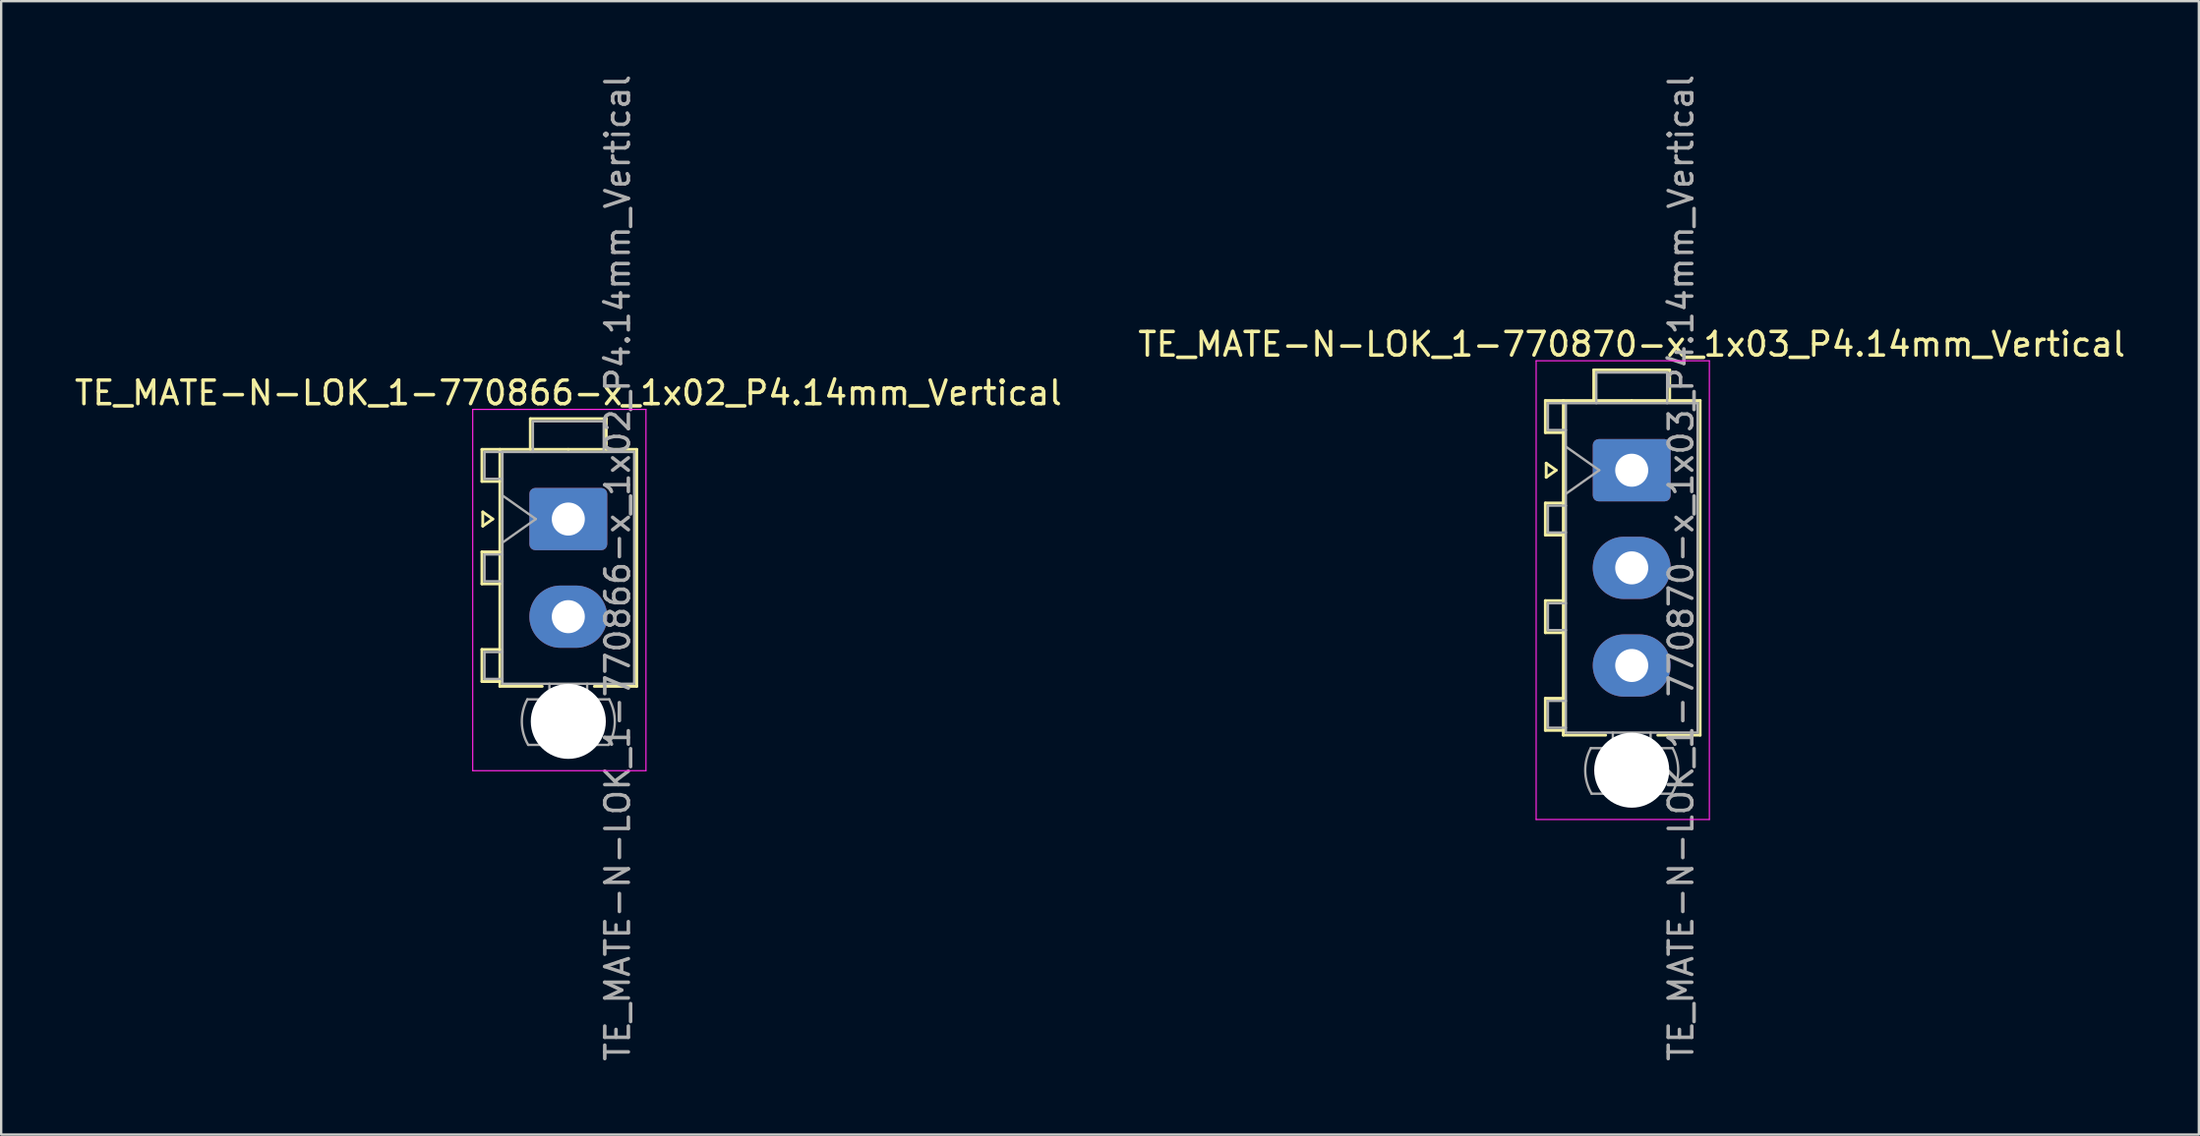
<source format=kicad_pcb>
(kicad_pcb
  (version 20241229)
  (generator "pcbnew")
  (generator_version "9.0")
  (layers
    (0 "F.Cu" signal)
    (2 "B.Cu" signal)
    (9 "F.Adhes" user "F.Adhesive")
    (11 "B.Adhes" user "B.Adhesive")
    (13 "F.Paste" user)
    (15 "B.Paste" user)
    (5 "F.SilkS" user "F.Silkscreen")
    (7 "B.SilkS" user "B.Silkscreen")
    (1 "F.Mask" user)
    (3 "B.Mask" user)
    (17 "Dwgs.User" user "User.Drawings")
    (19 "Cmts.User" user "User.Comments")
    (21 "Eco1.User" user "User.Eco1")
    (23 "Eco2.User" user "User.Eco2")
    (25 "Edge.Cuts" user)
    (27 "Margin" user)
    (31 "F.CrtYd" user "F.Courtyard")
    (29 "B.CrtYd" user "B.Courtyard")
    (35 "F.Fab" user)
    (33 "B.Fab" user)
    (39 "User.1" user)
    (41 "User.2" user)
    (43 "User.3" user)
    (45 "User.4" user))
  (footprint "TE_MATE-N-LOK_1-770866-x_1x02_P4.14mm_Vertical"
    (layer "F.Cu")
    (at 21.03 18.96)
    (property "Reference" "TE_MATE-N-LOK_1-770866-x_1x02_P4.14mm_Vertical" (at 0 -5.35 0) (layer "F.SilkS") (effects (font (size 1 1) (thickness 0.15))))
    (attr through_hole)
    (fp_line (start -3.66 -2.955) (end -3.66 -1.595) (stroke (width 0.12) (type solid)) (layer "F.SilkS"))
    (fp_line (start -3.66 -1.595) (end -2.9 -1.595) (stroke (width 0.12) (type solid)) (layer "F.SilkS"))
    (fp_line (start -3.66 1.39) (end -3.66 2.75) (stroke (width 0.12) (type solid)) (layer "F.SilkS"))
    (fp_line (start -3.66 2.75) (end -2.9 2.75) (stroke (width 0.12) (type solid)) (layer "F.SilkS"))
    (fp_line (start -3.66 5.53) (end -3.66 6.89) (stroke (width 0.12) (type solid)) (layer "F.SilkS"))
    (fp_line (start -3.66 6.89) (end -2.9 6.89) (stroke (width 0.12) (type solid)) (layer "F.SilkS"))
    (fp_line (start -3.624 -0.3) (end -3.2 0) (stroke (width 0.12) (type solid)) (layer "F.SilkS"))
    (fp_line (start -3.624 0.3) (end -3.624 -0.3) (stroke (width 0.12) (type solid)) (layer "F.SilkS"))
    (fp_line (start -3.2 0) (end -3.624 0.3) (stroke (width 0.12) (type solid)) (layer "F.SilkS"))
    (fp_line (start -2.9 -2.955) (end -3.66 -2.955) (stroke (width 0.12) (type solid)) (layer "F.SilkS"))
    (fp_line (start -2.9 -2.955) (end -2.9 7.095) (stroke (width 0.12) (type solid)) (layer "F.SilkS"))
    (fp_line (start -2.9 1.39) (end -3.66 1.39) (stroke (width 0.12) (type solid)) (layer "F.SilkS"))
    (fp_line (start -2.9 5.53) (end -3.66 5.53) (stroke (width 0.12) (type solid)) (layer "F.SilkS"))
    (fp_line (start -2.9 7.095) (end -1.103 7.095) (stroke (width 0.12) (type solid)) (layer "F.SilkS"))
    (fp_line (start -1.61 -4.255) (end 1.61 -4.255) (stroke (width 0.12) (type solid)) (layer "F.SilkS"))
    (fp_line (start -1.61 -2.955) (end -1.61 -4.255) (stroke (width 0.12) (type solid)) (layer "F.SilkS"))
    (fp_line (start 0 -2.955) (end -2.9 -2.955) (stroke (width 0.12) (type solid)) (layer "F.SilkS"))
    (fp_line (start 0 -2.955) (end 2.9 -2.955) (stroke (width 0.12) (type solid)) (layer "F.SilkS"))
    (fp_line (start 1.61 -4.255) (end 1.61 -2.955) (stroke (width 0.12) (type solid)) (layer "F.SilkS"))
    (fp_line (start 2.9 -2.955) (end 2.9 7.095) (stroke (width 0.12) (type solid)) (layer "F.SilkS"))
    (fp_line (start 2.9 7.095) (end 1.103 7.095) (stroke (width 0.12) (type solid)) (layer "F.SilkS"))
    (fp_line (start -4.05 -4.65) (end -4.05 10.67) (stroke (width 0.05) (type solid)) (layer "F.CrtYd"))
    (fp_line (start -4.05 10.67) (end 3.29 10.67) (stroke (width 0.05) (type solid)) (layer "F.CrtYd"))
    (fp_line (start 3.29 -4.65) (end -4.05 -4.65) (stroke (width 0.05) (type solid)) (layer "F.CrtYd"))
    (fp_line (start 3.29 10.67) (end 3.29 -4.65) (stroke (width 0.05) (type solid)) (layer "F.CrtYd"))
    (fp_line (start -3.55 -2.845) (end -3.55 -1.705) (stroke (width 0.1) (type solid)) (layer "F.Fab"))
    (fp_line (start -3.55 -1.705) (end -2.79 -1.705) (stroke (width 0.1) (type solid)) (layer "F.Fab"))
    (fp_line (start -3.55 1.5) (end -3.55 2.64) (stroke (width 0.1) (type solid)) (layer "F.Fab"))
    (fp_line (start -3.55 2.64) (end -2.79 2.64) (stroke (width 0.1) (type solid)) (layer "F.Fab"))
    (fp_line (start -3.55 5.64) (end -3.55 6.78) (stroke (width 0.1) (type solid)) (layer "F.Fab"))
    (fp_line (start -3.55 6.78) (end -2.79 6.78) (stroke (width 0.1) (type solid)) (layer "F.Fab"))
    (fp_line (start -2.79 -2.845) (end -3.55 -2.845) (stroke (width 0.1) (type solid)) (layer "F.Fab"))
    (fp_line (start -2.79 -2.845) (end -2.79 6.985) (stroke (width 0.1) (type solid)) (layer "F.Fab"))
    (fp_line (start -2.79 -1) (end -1.376 0) (stroke (width 0.1) (type solid)) (layer "F.Fab"))
    (fp_line (start -2.79 1.5) (end -3.55 1.5) (stroke (width 0.1) (type solid)) (layer "F.Fab"))
    (fp_line (start -2.79 5.64) (end -3.55 5.64) (stroke (width 0.1) (type solid)) (layer "F.Fab"))
    (fp_line (start -2.79 6.985) (end 2.79 6.985) (stroke (width 0.1) (type solid)) (layer "F.Fab"))
    (fp_line (start -1.5 -4.145) (end 1.5 -4.145) (stroke (width 0.1) (type solid)) (layer "F.Fab"))
    (fp_line (start -1.5 -2.845) (end -1.5 -4.145) (stroke (width 0.1) (type solid)) (layer "F.Fab"))
    (fp_line (start -1.376 0) (end -2.79 1) (stroke (width 0.1) (type solid)) (layer "F.Fab"))
    (fp_line (start -0.8 6.985) (end -0.8 7.645) (stroke (width 0.1) (type solid)) (layer "F.Fab"))
    (fp_line (start 0.8 6.985) (end 0.8 7.645) (stroke (width 0.1) (type solid)) (layer "F.Fab"))
    (fp_line (start 1.5 -4.145) (end 1.5 -2.845) (stroke (width 0.1) (type solid)) (layer "F.Fab"))
    (fp_line (start 1.7 9.576) (end -1.7 9.576) (stroke (width 0.1) (type solid)) (layer "F.Fab"))
    (fp_line (start 1.734 7.645) (end -1.734 7.645) (stroke (width 0.1) (type solid)) (layer "F.Fab"))
    (fp_line (start 2.79 -2.845) (end -2.79 -2.845) (stroke (width 0.1) (type solid)) (layer "F.Fab"))
    (fp_line (start 2.79 6.985) (end 2.79 -2.845) (stroke (width 0.1) (type solid)) (layer "F.Fab"))
    (fp_arc (start -1.699672 9.576) (mid -1.969689 8.614992) (end -1.733977 7.645) (stroke (width 0.1) (type solid)) (layer "F.Fab"))
    (fp_arc (start 1.733977 7.645) (mid 1.96969 8.614992) (end 1.699672 9.576) (stroke (width 0.1) (type solid)) (layer "F.Fab"))
    (fp_text user "${REFERENCE}" (at 2.09 2.07 90) (layer "F.Fab") (effects (font (size 1 1) (thickness 0.15))))
    (pad "" np_thru_hole circle (at 0 8.58) (size 3.18 3.18) (drill 3.18) (layers "*.Cu" "*.Mask"))
    (pad "1" thru_hole roundrect (at 0 0) (size 3.3 2.64) (drill 1.4) (layers "*.Cu" "*.Mask") (roundrect_rratio 0.095))
    (pad "2" thru_hole oval (at 0 4.14) (size 3.3 2.64) (drill 1.4) (layers "*.Cu" "*.Mask")))
  (footprint "TE_MATE-N-LOK_1-770870-x_1x03_P4.14mm_Vertical"
    (layer "F.Cu")
    (at 66.089 16.89)
    (property "Reference" "TE_MATE-N-LOK_1-770870-x_1x03_P4.14mm_Vertical" (at 0 -5.34 0) (layer "F.SilkS") (effects (font (size 1 1) (thickness 0.15))))
    (attr through_hole)
    (fp_line (start -3.66 -2.955) (end -3.66 -1.595) (stroke (width 0.12) (type solid)) (layer "F.SilkS"))
    (fp_line (start -3.66 -1.595) (end -2.9 -1.595) (stroke (width 0.12) (type solid)) (layer "F.SilkS"))
    (fp_line (start -3.66 1.39) (end -3.66 2.75) (stroke (width 0.12) (type solid)) (layer "F.SilkS"))
    (fp_line (start -3.66 2.75) (end -2.9 2.75) (stroke (width 0.12) (type solid)) (layer "F.SilkS"))
    (fp_line (start -3.66 5.53) (end -3.66 6.89) (stroke (width 0.12) (type solid)) (layer "F.SilkS"))
    (fp_line (start -3.66 6.89) (end -2.9 6.89) (stroke (width 0.12) (type solid)) (layer "F.SilkS"))
    (fp_line (start -3.66 9.67) (end -3.66 11.03) (stroke (width 0.12) (type solid)) (layer "F.SilkS"))
    (fp_line (start -3.66 11.03) (end -2.9 11.03) (stroke (width 0.12) (type solid)) (layer "F.SilkS"))
    (fp_line (start -3.624 -0.3) (end -3.2 0) (stroke (width 0.12) (type solid)) (layer "F.SilkS"))
    (fp_line (start -3.624 0.3) (end -3.624 -0.3) (stroke (width 0.12) (type solid)) (layer "F.SilkS"))
    (fp_line (start -3.2 0) (end -3.624 0.3) (stroke (width 0.12) (type solid)) (layer "F.SilkS"))
    (fp_line (start -2.9 -2.955) (end -3.66 -2.955) (stroke (width 0.12) (type solid)) (layer "F.SilkS"))
    (fp_line (start -2.9 -2.955) (end -2.9 11.235) (stroke (width 0.12) (type solid)) (layer "F.SilkS"))
    (fp_line (start -2.9 1.39) (end -3.66 1.39) (stroke (width 0.12) (type solid)) (layer "F.SilkS"))
    (fp_line (start -2.9 5.53) (end -3.66 5.53) (stroke (width 0.12) (type solid)) (layer "F.SilkS"))
    (fp_line (start -2.9 9.67) (end -3.66 9.67) (stroke (width 0.12) (type solid)) (layer "F.SilkS"))
    (fp_line (start -2.9 11.235) (end -1.103 11.235) (stroke (width 0.12) (type solid)) (layer "F.SilkS"))
    (fp_line (start -1.61 -4.255) (end 1.61 -4.255) (stroke (width 0.12) (type solid)) (layer "F.SilkS"))
    (fp_line (start -1.61 -2.955) (end -1.61 -4.255) (stroke (width 0.12) (type solid)) (layer "F.SilkS"))
    (fp_line (start 0 -2.955) (end -2.9 -2.955) (stroke (width 0.12) (type solid)) (layer "F.SilkS"))
    (fp_line (start 0 -2.955) (end 2.9 -2.955) (stroke (width 0.12) (type solid)) (layer "F.SilkS"))
    (fp_line (start 1.61 -4.255) (end 1.61 -2.955) (stroke (width 0.12) (type solid)) (layer "F.SilkS"))
    (fp_line (start 2.9 -2.955) (end 2.9 11.235) (stroke (width 0.12) (type solid)) (layer "F.SilkS"))
    (fp_line (start 2.9 11.235) (end 1.103 11.235) (stroke (width 0.12) (type solid)) (layer "F.SilkS"))
    (fp_line (start -4.05 -4.64) (end -4.05 14.81) (stroke (width 0.05) (type solid)) (layer "F.CrtYd"))
    (fp_line (start -4.05 14.81) (end 3.29 14.81) (stroke (width 0.05) (type solid)) (layer "F.CrtYd"))
    (fp_line (start 3.29 -4.64) (end -4.05 -4.64) (stroke (width 0.05) (type solid)) (layer "F.CrtYd"))
    (fp_line (start 3.29 14.81) (end 3.29 -4.64) (stroke (width 0.05) (type solid)) (layer "F.CrtYd"))
    (fp_line (start -3.55 -2.845) (end -3.55 -1.705) (stroke (width 0.1) (type solid)) (layer "F.Fab"))
    (fp_line (start -3.55 -1.705) (end -2.79 -1.705) (stroke (width 0.1) (type solid)) (layer "F.Fab"))
    (fp_line (start -3.55 1.5) (end -3.55 2.64) (stroke (width 0.1) (type solid)) (layer "F.Fab"))
    (fp_line (start -3.55 2.64) (end -2.79 2.64) (stroke (width 0.1) (type solid)) (layer "F.Fab"))
    (fp_line (start -3.55 5.64) (end -3.55 6.78) (stroke (width 0.1) (type solid)) (layer "F.Fab"))
    (fp_line (start -3.55 6.78) (end -2.79 6.78) (stroke (width 0.1) (type solid)) (layer "F.Fab"))
    (fp_line (start -3.55 9.78) (end -3.55 10.92) (stroke (width 0.1) (type solid)) (layer "F.Fab"))
    (fp_line (start -3.55 10.92) (end -2.79 10.92) (stroke (width 0.1) (type solid)) (layer "F.Fab"))
    (fp_line (start -2.79 -2.845) (end -3.55 -2.845) (stroke (width 0.1) (type solid)) (layer "F.Fab"))
    (fp_line (start -2.79 -2.845) (end -2.79 11.125) (stroke (width 0.1) (type solid)) (layer "F.Fab"))
    (fp_line (start -2.79 -1) (end -1.376 0) (stroke (width 0.1) (type solid)) (layer "F.Fab"))
    (fp_line (start -2.79 1.5) (end -3.55 1.5) (stroke (width 0.1) (type solid)) (layer "F.Fab"))
    (fp_line (start -2.79 5.64) (end -3.55 5.64) (stroke (width 0.1) (type solid)) (layer "F.Fab"))
    (fp_line (start -2.79 9.78) (end -3.55 9.78) (stroke (width 0.1) (type solid)) (layer "F.Fab"))
    (fp_line (start -2.79 11.125) (end 2.79 11.125) (stroke (width 0.1) (type solid)) (layer "F.Fab"))
    (fp_line (start -1.5 -4.145) (end 1.5 -4.145) (stroke (width 0.1) (type solid)) (layer "F.Fab"))
    (fp_line (start -1.5 -2.845) (end -1.5 -4.145) (stroke (width 0.1) (type solid)) (layer "F.Fab"))
    (fp_line (start -1.376 0) (end -2.79 1) (stroke (width 0.1) (type solid)) (layer "F.Fab"))
    (fp_line (start -0.8 11.125) (end -0.8 11.785) (stroke (width 0.1) (type solid)) (layer "F.Fab"))
    (fp_line (start 0.8 11.125) (end 0.8 11.785) (stroke (width 0.1) (type solid)) (layer "F.Fab"))
    (fp_line (start 1.5 -4.145) (end 1.5 -2.845) (stroke (width 0.1) (type solid)) (layer "F.Fab"))
    (fp_line (start 1.7 13.716) (end -1.7 13.716) (stroke (width 0.1) (type solid)) (layer "F.Fab"))
    (fp_line (start 1.734 11.785) (end -1.734 11.785) (stroke (width 0.1) (type solid)) (layer "F.Fab"))
    (fp_line (start 2.79 -2.845) (end -2.79 -2.845) (stroke (width 0.1) (type solid)) (layer "F.Fab"))
    (fp_line (start 2.79 11.125) (end 2.79 -2.845) (stroke (width 0.1) (type solid)) (layer "F.Fab"))
    (fp_arc (start -1.699672 13.716) (mid -1.969689 12.754992) (end -1.733977 11.785) (stroke (width 0.1) (type solid)) (layer "F.Fab"))
    (fp_arc (start 1.733977 11.785) (mid 1.96969 12.754992) (end 1.699672 13.716) (stroke (width 0.1) (type solid)) (layer "F.Fab"))
    (fp_text user "${REFERENCE}" (at 2.09 4.14 90) (layer "F.Fab") (effects (font (size 1 1) (thickness 0.15))))
    (pad "" np_thru_hole circle (at 0 12.72) (size 3.18 3.18) (drill 3.18) (layers "*.Cu" "*.Mask"))
    (pad "1" thru_hole roundrect (at 0 0) (size 3.3 2.64) (drill 1.4) (layers "*.Cu" "*.Mask") (roundrect_rratio 0.095))
    (pad "2" thru_hole oval (at 0 4.14) (size 3.3 2.64) (drill 1.4) (layers "*.Cu" "*.Mask"))
    (pad "3" thru_hole oval (at 0 8.28) (size 3.3 2.64) (drill 1.4) (layers "*.Cu" "*.Mask")))
  (gr_rect
    (start -3 -3)
    (end 90.119 45.06)
    (stroke (width 0.1) (type default))
    (fill no)
    (layer "Edge.Cuts")))
</source>
